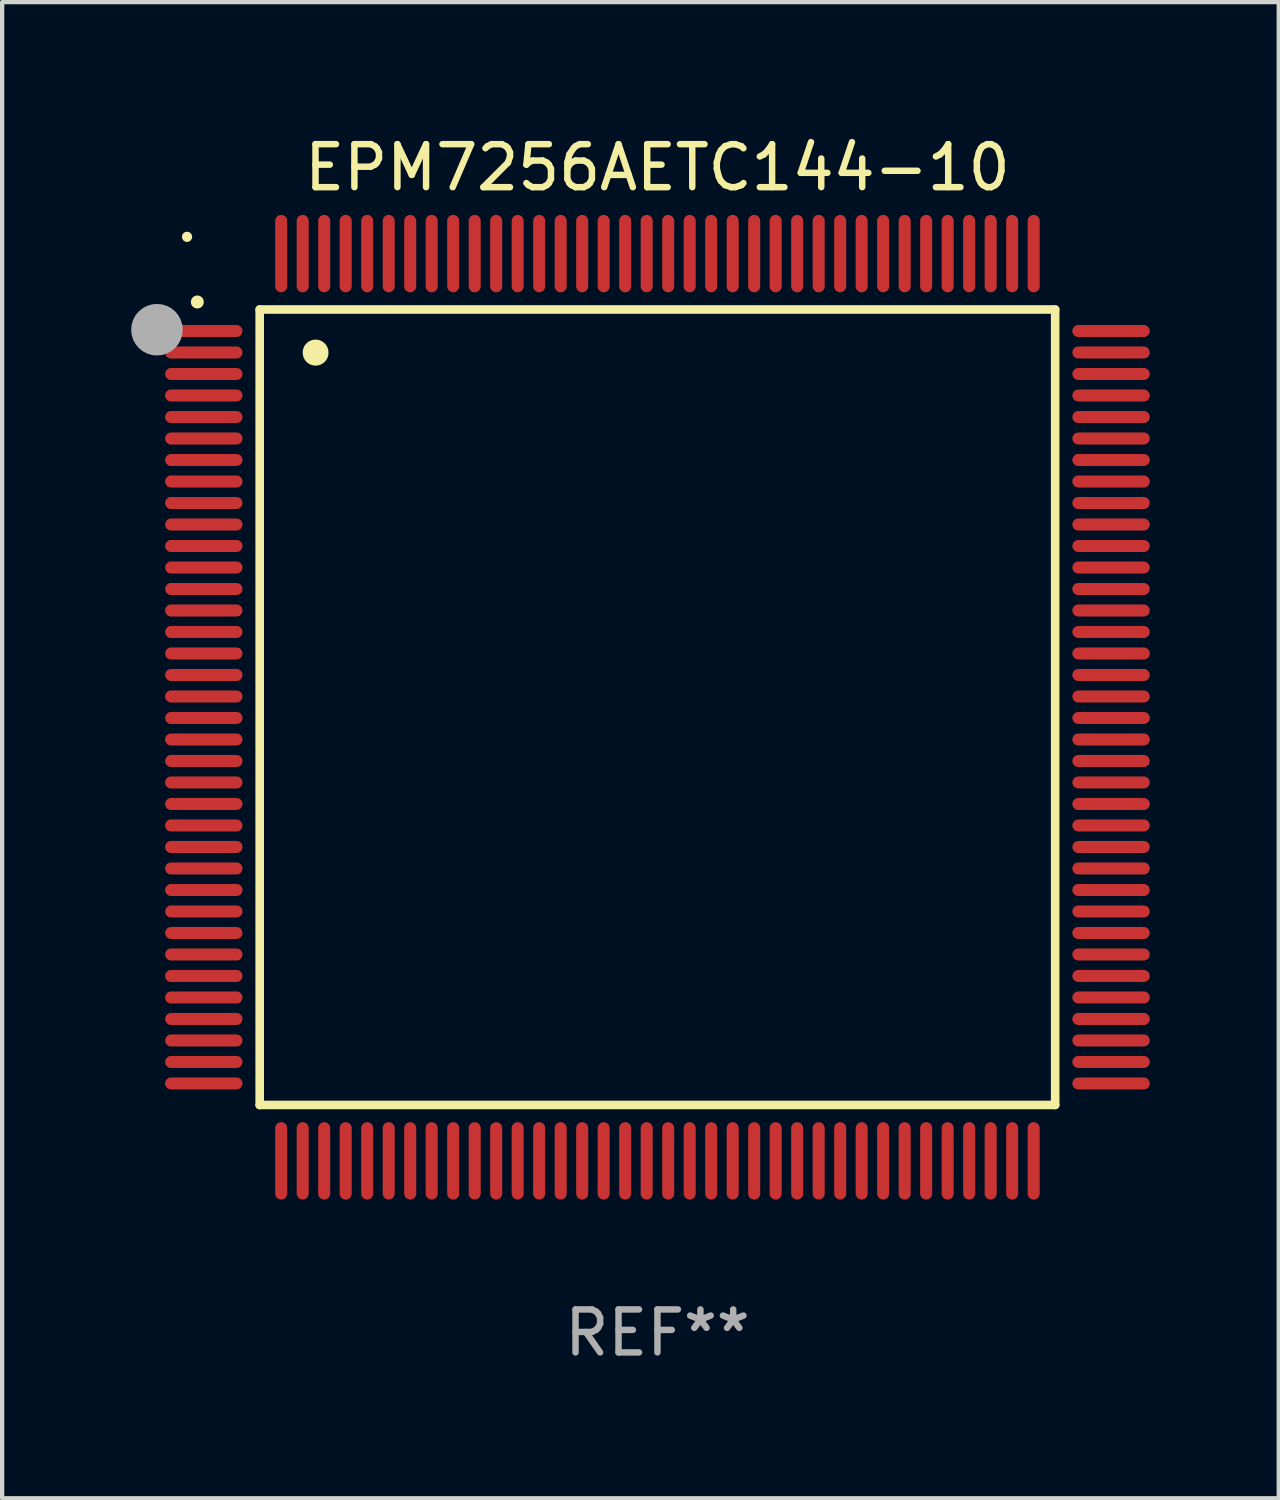
<source format=kicad_pcb>
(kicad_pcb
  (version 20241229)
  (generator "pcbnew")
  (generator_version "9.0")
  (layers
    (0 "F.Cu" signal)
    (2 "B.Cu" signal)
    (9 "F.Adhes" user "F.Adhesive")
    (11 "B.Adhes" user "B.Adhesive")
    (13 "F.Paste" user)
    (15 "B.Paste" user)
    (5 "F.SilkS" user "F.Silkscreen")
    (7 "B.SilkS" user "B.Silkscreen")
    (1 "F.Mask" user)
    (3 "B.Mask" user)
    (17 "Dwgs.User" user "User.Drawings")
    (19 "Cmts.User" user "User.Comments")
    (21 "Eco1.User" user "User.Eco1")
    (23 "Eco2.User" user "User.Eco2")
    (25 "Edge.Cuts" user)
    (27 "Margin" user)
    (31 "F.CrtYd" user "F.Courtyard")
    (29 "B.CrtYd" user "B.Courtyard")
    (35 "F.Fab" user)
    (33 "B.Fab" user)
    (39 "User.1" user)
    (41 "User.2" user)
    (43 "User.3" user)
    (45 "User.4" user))
  (footprint "EPM7256AETC144-10"
    (layer "F.Cu")
    (at 12.24 13.398)
    (property "Reference" "EPM7256AETC144-10" (at 0 -12.55 0) (layer "F.SilkS") (effects (font (size 1 1) (thickness 0.15))))
    (attr through_hole)
    (fp_line (start -9.25 -9.25) (end 9.25 -9.25) (stroke (width 0.2) (type solid)) (layer "F.SilkS"))
    (fp_line (start -9.25 9.25) (end -9.25 -9.25) (stroke (width 0.2) (type solid)) (layer "F.SilkS"))
    (fp_line (start 9.25 -9.25) (end 9.25 9.25) (stroke (width 0.2) (type solid)) (layer "F.SilkS"))
    (fp_line (start 9.25 9.25) (end -9.25 9.25) (stroke (width 0.2) (type solid)) (layer "F.SilkS"))
    (fp_arc (start -10.701041 -9.423419) (mid -10.701046 -9.424689) (end -10.701041 -9.425959) (stroke (width 0.3) (type solid)) (layer "F.SilkS"))
    (fp_arc (start -7.950216 -8.244856) (mid -7.950227 -8.247396) (end -7.950216 -8.249936) (stroke (width 0.6) (type solid)) (layer "F.SilkS"))
    (fp_circle (center -10.94 -10.94) (end -10.88 -10.94) (stroke (width 0.12) (type solid)) (fill no) (layer "F.SilkS"))
    (fp_circle (center -11.64 -8.78) (end -11.34 -8.78) (stroke (width 0.6) (type solid)) (fill no) (layer "F.Fab"))
    (fp_text user "REF**" (at 0 14.55 0) (layer "F.Fab") (effects (font (size 1 1) (thickness 0.15))))
    (pad "1" smd oval (at -10.55 -8.75 90) (size 0.28 1.8) (layers "F.Cu" "F.Mask" "F.Paste"))
    (pad "2" smd oval (at -10.55 -8.25 90) (size 0.28 1.8) (layers "F.Cu" "F.Mask" "F.Paste"))
    (pad "3" smd oval (at -10.55 -7.75 90) (size 0.28 1.8) (layers "F.Cu" "F.Mask" "F.Paste"))
    (pad "4" smd oval (at -10.55 -7.25 90) (size 0.28 1.8) (layers "F.Cu" "F.Mask" "F.Paste"))
    (pad "5" smd oval (at -10.55 -6.75 90) (size 0.28 1.8) (layers "F.Cu" "F.Mask" "F.Paste"))
    (pad "6" smd oval (at -10.55 -6.25 90) (size 0.28 1.8) (layers "F.Cu" "F.Mask" "F.Paste"))
    (pad "7" smd oval (at -10.55 -5.75 90) (size 0.28 1.8) (layers "F.Cu" "F.Mask" "F.Paste"))
    (pad "8" smd oval (at -10.55 -5.25 90) (size 0.28 1.8) (layers "F.Cu" "F.Mask" "F.Paste"))
    (pad "9" smd oval (at -10.55 -4.75 90) (size 0.28 1.8) (layers "F.Cu" "F.Mask" "F.Paste"))
    (pad "10" smd oval (at -10.55 -4.25 90) (size 0.28 1.8) (layers "F.Cu" "F.Mask" "F.Paste"))
    (pad "11" smd oval (at -10.55 -3.75 90) (size 0.28 1.8) (layers "F.Cu" "F.Mask" "F.Paste"))
    (pad "12" smd oval (at -10.55 -3.25 90) (size 0.28 1.8) (layers "F.Cu" "F.Mask" "F.Paste"))
    (pad "13" smd oval (at -10.55 -2.75 90) (size 0.28 1.8) (layers "F.Cu" "F.Mask" "F.Paste"))
    (pad "14" smd oval (at -10.55 -2.25 90) (size 0.28 1.8) (layers "F.Cu" "F.Mask" "F.Paste"))
    (pad "15" smd oval (at -10.55 -1.75 90) (size 0.28 1.8) (layers "F.Cu" "F.Mask" "F.Paste"))
    (pad "16" smd oval (at -10.55 -1.25 90) (size 0.28 1.8) (layers "F.Cu" "F.Mask" "F.Paste"))
    (pad "17" smd oval (at -10.55 -0.75 90) (size 0.28 1.8) (layers "F.Cu" "F.Mask" "F.Paste"))
    (pad "18" smd oval (at -10.55 -0.25 90) (size 0.28 1.8) (layers "F.Cu" "F.Mask" "F.Paste"))
    (pad "19" smd oval (at -10.55 0.25 90) (size 0.28 1.8) (layers "F.Cu" "F.Mask" "F.Paste"))
    (pad "20" smd oval (at -10.55 0.75 90) (size 0.28 1.8) (layers "F.Cu" "F.Mask" "F.Paste"))
    (pad "21" smd oval (at -10.55 1.25 90) (size 0.28 1.8) (layers "F.Cu" "F.Mask" "F.Paste"))
    (pad "22" smd oval (at -10.55 1.75 90) (size 0.28 1.8) (layers "F.Cu" "F.Mask" "F.Paste"))
    (pad "23" smd oval (at -10.55 2.25 90) (size 0.28 1.8) (layers "F.Cu" "F.Mask" "F.Paste"))
    (pad "24" smd oval (at -10.55 2.75 90) (size 0.28 1.8) (layers "F.Cu" "F.Mask" "F.Paste"))
    (pad "25" smd oval (at -10.55 3.25 90) (size 0.28 1.8) (layers "F.Cu" "F.Mask" "F.Paste"))
    (pad "26" smd oval (at -10.55 3.75 90) (size 0.28 1.8) (layers "F.Cu" "F.Mask" "F.Paste"))
    (pad "27" smd oval (at -10.55 4.25 90) (size 0.28 1.8) (layers "F.Cu" "F.Mask" "F.Paste"))
    (pad "28" smd oval (at -10.55 4.75 90) (size 0.28 1.8) (layers "F.Cu" "F.Mask" "F.Paste"))
    (pad "29" smd oval (at -10.55 5.25 90) (size 0.28 1.8) (layers "F.Cu" "F.Mask" "F.Paste"))
    (pad "30" smd oval (at -10.55 5.75 90) (size 0.28 1.8) (layers "F.Cu" "F.Mask" "F.Paste"))
    (pad "31" smd oval (at -10.55 6.25 90) (size 0.28 1.8) (layers "F.Cu" "F.Mask" "F.Paste"))
    (pad "32" smd oval (at -10.55 6.75 90) (size 0.28 1.8) (layers "F.Cu" "F.Mask" "F.Paste"))
    (pad "33" smd oval (at -10.55 7.25 90) (size 0.28 1.8) (layers "F.Cu" "F.Mask" "F.Paste"))
    (pad "34" smd oval (at -10.55 7.75 90) (size 0.28 1.8) (layers "F.Cu" "F.Mask" "F.Paste"))
    (pad "35" smd oval (at -10.55 8.25 90) (size 0.28 1.8) (layers "F.Cu" "F.Mask" "F.Paste"))
    (pad "36" smd oval (at -10.55 8.75 90) (size 0.28 1.8) (layers "F.Cu" "F.Mask" "F.Paste"))
    (pad "37" smd oval (at -8.75 10.55) (size 0.28 1.8) (layers "F.Cu" "F.Mask" "F.Paste"))
    (pad "38" smd oval (at -8.25 10.55) (size 0.28 1.8) (layers "F.Cu" "F.Mask" "F.Paste"))
    (pad "39" smd oval (at -7.75 10.55) (size 0.28 1.8) (layers "F.Cu" "F.Mask" "F.Paste"))
    (pad "40" smd oval (at -7.25 10.55) (size 0.28 1.8) (layers "F.Cu" "F.Mask" "F.Paste"))
    (pad "41" smd oval (at -6.75 10.55) (size 0.28 1.8) (layers "F.Cu" "F.Mask" "F.Paste"))
    (pad "42" smd oval (at -6.25 10.55) (size 0.28 1.8) (layers "F.Cu" "F.Mask" "F.Paste"))
    (pad "43" smd oval (at -5.75 10.55) (size 0.28 1.8) (layers "F.Cu" "F.Mask" "F.Paste"))
    (pad "44" smd oval (at -5.25 10.55) (size 0.28 1.8) (layers "F.Cu" "F.Mask" "F.Paste"))
    (pad "45" smd oval (at -4.75 10.55) (size 0.28 1.8) (layers "F.Cu" "F.Mask" "F.Paste"))
    (pad "46" smd oval (at -4.25 10.55) (size 0.28 1.8) (layers "F.Cu" "F.Mask" "F.Paste"))
    (pad "47" smd oval (at -3.75 10.55) (size 0.28 1.8) (layers "F.Cu" "F.Mask" "F.Paste"))
    (pad "48" smd oval (at -3.25 10.55) (size 0.28 1.8) (layers "F.Cu" "F.Mask" "F.Paste"))
    (pad "49" smd oval (at -2.75 10.55) (size 0.28 1.8) (layers "F.Cu" "F.Mask" "F.Paste"))
    (pad "50" smd oval (at -2.25 10.55) (size 0.28 1.8) (layers "F.Cu" "F.Mask" "F.Paste"))
    (pad "51" smd oval (at -1.75 10.55) (size 0.28 1.8) (layers "F.Cu" "F.Mask" "F.Paste"))
    (pad "52" smd oval (at -1.25 10.55) (size 0.28 1.8) (layers "F.Cu" "F.Mask" "F.Paste"))
    (pad "53" smd oval (at -0.75 10.55) (size 0.28 1.8) (layers "F.Cu" "F.Mask" "F.Paste"))
    (pad "54" smd oval (at -0.25 10.55) (size 0.28 1.8) (layers "F.Cu" "F.Mask" "F.Paste"))
    (pad "55" smd oval (at 0.25 10.55) (size 0.28 1.8) (layers "F.Cu" "F.Mask" "F.Paste"))
    (pad "56" smd oval (at 0.75 10.55) (size 0.28 1.8) (layers "F.Cu" "F.Mask" "F.Paste"))
    (pad "57" smd oval (at 1.25 10.55) (size 0.28 1.8) (layers "F.Cu" "F.Mask" "F.Paste"))
    (pad "58" smd oval (at 1.75 10.55) (size 0.28 1.8) (layers "F.Cu" "F.Mask" "F.Paste"))
    (pad "59" smd oval (at 2.25 10.55) (size 0.28 1.8) (layers "F.Cu" "F.Mask" "F.Paste"))
    (pad "60" smd oval (at 2.75 10.55) (size 0.28 1.8) (layers "F.Cu" "F.Mask" "F.Paste"))
    (pad "61" smd oval (at 3.25 10.55) (size 0.28 1.8) (layers "F.Cu" "F.Mask" "F.Paste"))
    (pad "62" smd oval (at 3.75 10.55) (size 0.28 1.8) (layers "F.Cu" "F.Mask" "F.Paste"))
    (pad "63" smd oval (at 4.25 10.55) (size 0.28 1.8) (layers "F.Cu" "F.Mask" "F.Paste"))
    (pad "64" smd oval (at 4.75 10.55) (size 0.28 1.8) (layers "F.Cu" "F.Mask" "F.Paste"))
    (pad "65" smd oval (at 5.25 10.55) (size 0.28 1.8) (layers "F.Cu" "F.Mask" "F.Paste"))
    (pad "66" smd oval (at 5.75 10.55) (size 0.28 1.8) (layers "F.Cu" "F.Mask" "F.Paste"))
    (pad "67" smd oval (at 6.25 10.55) (size 0.28 1.8) (layers "F.Cu" "F.Mask" "F.Paste"))
    (pad "68" smd oval (at 6.75 10.55) (size 0.28 1.8) (layers "F.Cu" "F.Mask" "F.Paste"))
    (pad "69" smd oval (at 7.25 10.55) (size 0.28 1.8) (layers "F.Cu" "F.Mask" "F.Paste"))
    (pad "70" smd oval (at 7.75 10.55) (size 0.28 1.8) (layers "F.Cu" "F.Mask" "F.Paste"))
    (pad "71" smd oval (at 8.25 10.55) (size 0.28 1.8) (layers "F.Cu" "F.Mask" "F.Paste"))
    (pad "72" smd oval (at 8.75 10.55) (size 0.28 1.8) (layers "F.Cu" "F.Mask" "F.Paste"))
    (pad "73" smd oval (at 10.55 8.75 90) (size 0.28 1.8) (layers "F.Cu" "F.Mask" "F.Paste"))
    (pad "74" smd oval (at 10.55 8.25 90) (size 0.28 1.8) (layers "F.Cu" "F.Mask" "F.Paste"))
    (pad "75" smd oval (at 10.55 7.75 90) (size 0.28 1.8) (layers "F.Cu" "F.Mask" "F.Paste"))
    (pad "76" smd oval (at 10.55 7.25 90) (size 0.28 1.8) (layers "F.Cu" "F.Mask" "F.Paste"))
    (pad "77" smd oval (at 10.55 6.75 90) (size 0.28 1.8) (layers "F.Cu" "F.Mask" "F.Paste"))
    (pad "78" smd oval (at 10.55 6.25 90) (size 0.28 1.8) (layers "F.Cu" "F.Mask" "F.Paste"))
    (pad "79" smd oval (at 10.55 5.75 90) (size 0.28 1.8) (layers "F.Cu" "F.Mask" "F.Paste"))
    (pad "80" smd oval (at 10.55 5.25 90) (size 0.28 1.8) (layers "F.Cu" "F.Mask" "F.Paste"))
    (pad "81" smd oval (at 10.55 4.75 90) (size 0.28 1.8) (layers "F.Cu" "F.Mask" "F.Paste"))
    (pad "82" smd oval (at 10.55 4.25 90) (size 0.28 1.8) (layers "F.Cu" "F.Mask" "F.Paste"))
    (pad "83" smd oval (at 10.55 3.75 90) (size 0.28 1.8) (layers "F.Cu" "F.Mask" "F.Paste"))
    (pad "84" smd oval (at 10.55 3.25 90) (size 0.28 1.8) (layers "F.Cu" "F.Mask" "F.Paste"))
    (pad "85" smd oval (at 10.55 2.75 90) (size 0.28 1.8) (layers "F.Cu" "F.Mask" "F.Paste"))
    (pad "86" smd oval (at 10.55 2.25 90) (size 0.28 1.8) (layers "F.Cu" "F.Mask" "F.Paste"))
    (pad "87" smd oval (at 10.55 1.75 90) (size 0.28 1.8) (layers "F.Cu" "F.Mask" "F.Paste"))
    (pad "88" smd oval (at 10.55 1.25 90) (size 0.28 1.8) (layers "F.Cu" "F.Mask" "F.Paste"))
    (pad "89" smd oval (at 10.55 0.75 90) (size 0.28 1.8) (layers "F.Cu" "F.Mask" "F.Paste"))
    (pad "90" smd oval (at 10.55 0.25 90) (size 0.28 1.8) (layers "F.Cu" "F.Mask" "F.Paste"))
    (pad "91" smd oval (at 10.55 -0.25 90) (size 0.28 1.8) (layers "F.Cu" "F.Mask" "F.Paste"))
    (pad "92" smd oval (at 10.55 -0.75 90) (size 0.28 1.8) (layers "F.Cu" "F.Mask" "F.Paste"))
    (pad "93" smd oval (at 10.55 -1.25 90) (size 0.28 1.8) (layers "F.Cu" "F.Mask" "F.Paste"))
    (pad "94" smd oval (at 10.55 -1.75 90) (size 0.28 1.8) (layers "F.Cu" "F.Mask" "F.Paste"))
    (pad "95" smd oval (at 10.55 -2.25 90) (size 0.28 1.8) (layers "F.Cu" "F.Mask" "F.Paste"))
    (pad "96" smd oval (at 10.55 -2.75 90) (size 0.28 1.8) (layers "F.Cu" "F.Mask" "F.Paste"))
    (pad "97" smd oval (at 10.55 -3.25 90) (size 0.28 1.8) (layers "F.Cu" "F.Mask" "F.Paste"))
    (pad "98" smd oval (at 10.55 -3.75 90) (size 0.28 1.8) (layers "F.Cu" "F.Mask" "F.Paste"))
    (pad "99" smd oval (at 10.55 -4.25 90) (size 0.28 1.8) (layers "F.Cu" "F.Mask" "F.Paste"))
    (pad "100" smd oval (at 10.55 -4.75 90) (size 0.28 1.8) (layers "F.Cu" "F.Mask" "F.Paste"))
    (pad "101" smd oval (at 10.55 -5.25 90) (size 0.28 1.8) (layers "F.Cu" "F.Mask" "F.Paste"))
    (pad "102" smd oval (at 10.55 -5.75 90) (size 0.28 1.8) (layers "F.Cu" "F.Mask" "F.Paste"))
    (pad "103" smd oval (at 10.55 -6.25 90) (size 0.28 1.8) (layers "F.Cu" "F.Mask" "F.Paste"))
    (pad "104" smd oval (at 10.55 -6.75 90) (size 0.28 1.8) (layers "F.Cu" "F.Mask" "F.Paste"))
    (pad "105" smd oval (at 10.55 -7.25 90) (size 0.28 1.8) (layers "F.Cu" "F.Mask" "F.Paste"))
    (pad "106" smd oval (at 10.55 -7.75 90) (size 0.28 1.8) (layers "F.Cu" "F.Mask" "F.Paste"))
    (pad "107" smd oval (at 10.55 -8.25 90) (size 0.28 1.8) (layers "F.Cu" "F.Mask" "F.Paste"))
    (pad "108" smd oval (at 10.55 -8.75 90) (size 0.28 1.8) (layers "F.Cu" "F.Mask" "F.Paste"))
    (pad "109" smd oval (at 8.75 -10.55) (size 0.28 1.8) (layers "F.Cu" "F.Mask" "F.Paste"))
    (pad "110" smd oval (at 8.25 -10.55) (size 0.28 1.8) (layers "F.Cu" "F.Mask" "F.Paste"))
    (pad "111" smd oval (at 7.75 -10.55) (size 0.28 1.8) (layers "F.Cu" "F.Mask" "F.Paste"))
    (pad "112" smd oval (at 7.25 -10.55) (size 0.28 1.8) (layers "F.Cu" "F.Mask" "F.Paste"))
    (pad "113" smd oval (at 6.75 -10.55) (size 0.28 1.8) (layers "F.Cu" "F.Mask" "F.Paste"))
    (pad "114" smd oval (at 6.25 -10.55) (size 0.28 1.8) (layers "F.Cu" "F.Mask" "F.Paste"))
    (pad "115" smd oval (at 5.75 -10.55) (size 0.28 1.8) (layers "F.Cu" "F.Mask" "F.Paste"))
    (pad "116" smd oval (at 5.25 -10.55) (size 0.28 1.8) (layers "F.Cu" "F.Mask" "F.Paste"))
    (pad "117" smd oval (at 4.75 -10.55) (size 0.28 1.8) (layers "F.Cu" "F.Mask" "F.Paste"))
    (pad "118" smd oval (at 4.25 -10.55) (size 0.28 1.8) (layers "F.Cu" "F.Mask" "F.Paste"))
    (pad "119" smd oval (at 3.75 -10.55) (size 0.28 1.8) (layers "F.Cu" "F.Mask" "F.Paste"))
    (pad "120" smd oval (at 3.25 -10.55) (size 0.28 1.8) (layers "F.Cu" "F.Mask" "F.Paste"))
    (pad "121" smd oval (at 2.75 -10.55) (size 0.28 1.8) (layers "F.Cu" "F.Mask" "F.Paste"))
    (pad "122" smd oval (at 2.25 -10.55) (size 0.28 1.8) (layers "F.Cu" "F.Mask" "F.Paste"))
    (pad "123" smd oval (at 1.75 -10.55) (size 0.28 1.8) (layers "F.Cu" "F.Mask" "F.Paste"))
    (pad "124" smd oval (at 1.25 -10.55) (size 0.28 1.8) (layers "F.Cu" "F.Mask" "F.Paste"))
    (pad "125" smd oval (at 0.75 -10.55) (size 0.28 1.8) (layers "F.Cu" "F.Mask" "F.Paste"))
    (pad "126" smd oval (at 0.25 -10.55) (size 0.28 1.8) (layers "F.Cu" "F.Mask" "F.Paste"))
    (pad "127" smd oval (at -0.25 -10.55) (size 0.28 1.8) (layers "F.Cu" "F.Mask" "F.Paste"))
    (pad "128" smd oval (at -0.75 -10.55) (size 0.28 1.8) (layers "F.Cu" "F.Mask" "F.Paste"))
    (pad "129" smd oval (at -1.25 -10.55) (size 0.28 1.8) (layers "F.Cu" "F.Mask" "F.Paste"))
    (pad "130" smd oval (at -1.75 -10.55) (size 0.28 1.8) (layers "F.Cu" "F.Mask" "F.Paste"))
    (pad "131" smd oval (at -2.25 -10.55) (size 0.28 1.8) (layers "F.Cu" "F.Mask" "F.Paste"))
    (pad "132" smd oval (at -2.75 -10.55) (size 0.28 1.8) (layers "F.Cu" "F.Mask" "F.Paste"))
    (pad "133" smd oval (at -3.25 -10.55) (size 0.28 1.8) (layers "F.Cu" "F.Mask" "F.Paste"))
    (pad "134" smd oval (at -3.75 -10.55) (size 0.28 1.8) (layers "F.Cu" "F.Mask" "F.Paste"))
    (pad "135" smd oval (at -4.25 -10.55) (size 0.28 1.8) (layers "F.Cu" "F.Mask" "F.Paste"))
    (pad "136" smd oval (at -4.75 -10.55) (size 0.28 1.8) (layers "F.Cu" "F.Mask" "F.Paste"))
    (pad "137" smd oval (at -5.25 -10.55) (size 0.28 1.8) (layers "F.Cu" "F.Mask" "F.Paste"))
    (pad "138" smd oval (at -5.75 -10.55) (size 0.28 1.8) (layers "F.Cu" "F.Mask" "F.Paste"))
    (pad "139" smd oval (at -6.25 -10.55) (size 0.28 1.8) (layers "F.Cu" "F.Mask" "F.Paste"))
    (pad "140" smd oval (at -6.75 -10.55) (size 0.28 1.8) (layers "F.Cu" "F.Mask" "F.Paste"))
    (pad "141" smd oval (at -7.25 -10.55) (size 0.28 1.8) (layers "F.Cu" "F.Mask" "F.Paste"))
    (pad "142" smd oval (at -7.75 -10.55) (size 0.28 1.8) (layers "F.Cu" "F.Mask" "F.Paste"))
    (pad "143" smd oval (at -8.25 -10.55) (size 0.28 1.8) (layers "F.Cu" "F.Mask" "F.Paste"))
    (pad "144" smd oval (at -8.75 -10.55) (size 0.28 1.8) (layers "F.Cu" "F.Mask" "F.Paste")))
  (gr_rect
    (start -3 -3)
    (end 26.69 31.796)
    (stroke (width 0.1) (type default))
    (fill no)
    (layer "Edge.Cuts")))
</source>
